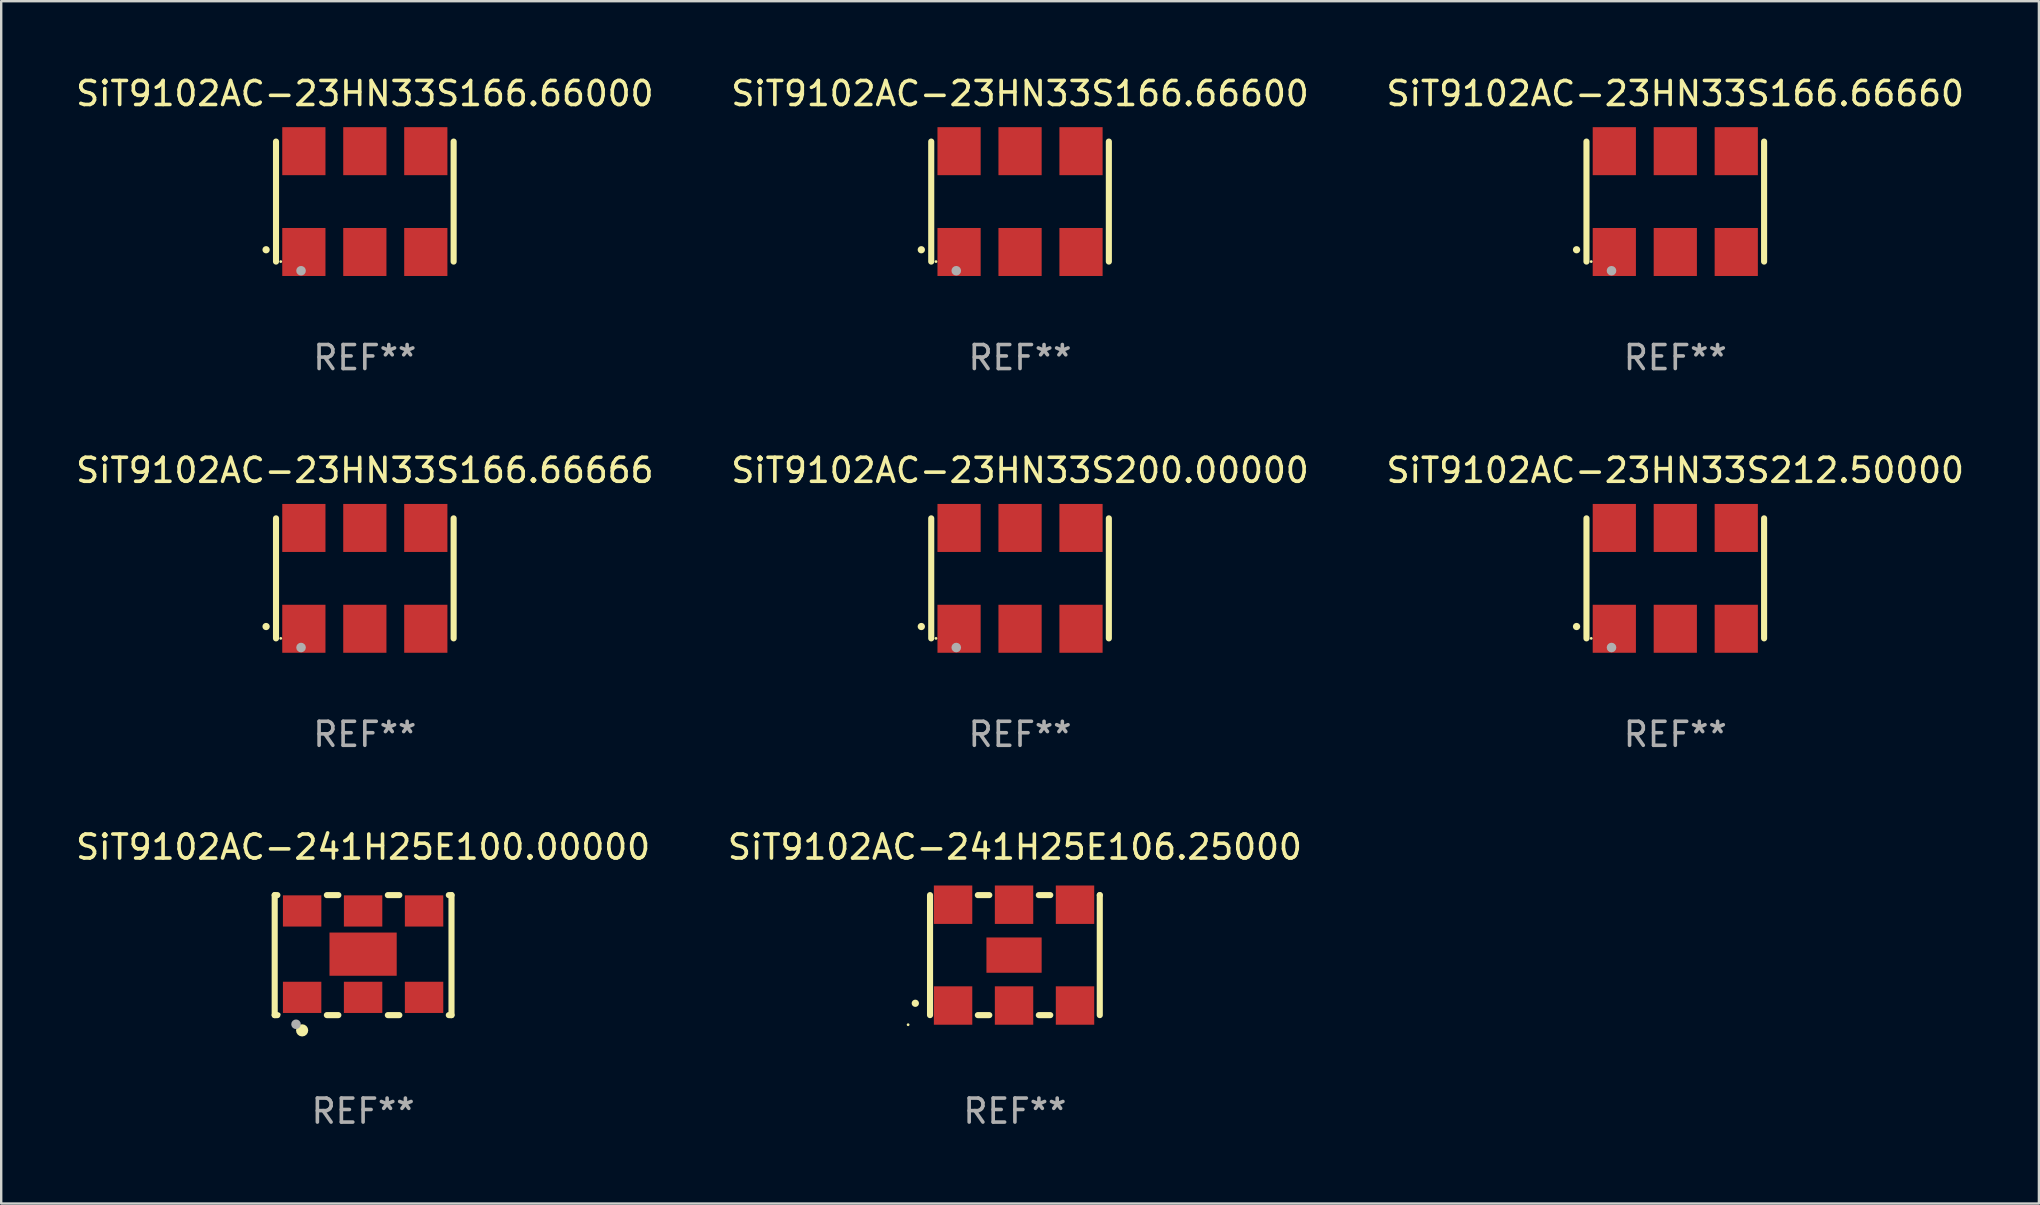
<source format=kicad_pcb>
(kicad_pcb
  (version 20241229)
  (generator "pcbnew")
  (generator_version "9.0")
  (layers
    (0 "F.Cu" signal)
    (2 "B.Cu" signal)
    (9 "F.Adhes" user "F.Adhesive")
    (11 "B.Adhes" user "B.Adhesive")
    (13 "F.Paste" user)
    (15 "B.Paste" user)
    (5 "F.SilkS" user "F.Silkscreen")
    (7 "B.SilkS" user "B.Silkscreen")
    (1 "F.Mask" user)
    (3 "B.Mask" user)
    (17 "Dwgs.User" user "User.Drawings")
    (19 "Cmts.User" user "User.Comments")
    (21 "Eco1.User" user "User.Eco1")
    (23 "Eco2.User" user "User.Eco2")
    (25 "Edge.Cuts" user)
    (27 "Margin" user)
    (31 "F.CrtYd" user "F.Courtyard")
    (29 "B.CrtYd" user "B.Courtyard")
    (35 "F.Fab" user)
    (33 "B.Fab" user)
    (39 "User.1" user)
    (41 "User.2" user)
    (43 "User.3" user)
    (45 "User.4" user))
  (footprint "SiT9102AC-23HN33S166.66666"
    (layer "F.Cu")
    (at 12.149 21.045)
    (property "Reference" "SiT9102AC-23HN33S166.66666" (at 0 -4.5 0) (layer "F.SilkS") (effects (font (size 1 1) (thickness 0.15))))
    (attr through_hole)
    (fp_line (start -3.7 -2.5) (end -3.7 2.5) (stroke (width 0.254) (type solid)) (layer "F.SilkS"))
    (fp_line (start 3.7 -2.5) (end 3.7 2.5) (stroke (width 0.254) (type solid)) (layer "F.SilkS"))
    (fp_arc (start -4.114415 2.006604) (mid -4.113145 2.006599) (end -4.111875 2.006604) (stroke (width 0.3) (type solid)) (layer "F.SilkS"))
    (fp_circle (center -3.502 2.5) (end -3.472 2.5) (stroke (width 0.06) (type solid)) (fill no) (layer "F.SilkS"))
    (fp_circle (center -2.657 2.882) (end -2.557 2.882) (stroke (width 0.2) (type solid)) (fill no) (layer "F.Fab"))
    (fp_text user "REF**" (at 0 6.5 0) (layer "F.Fab") (effects (font (size 1 1) (thickness 0.15))))
    (pad "1" smd rect (at -2.54 2.1) (size 1.8 2) (layers "F.Cu" "F.Mask" "F.Paste"))
    (pad "2" smd rect (at 0.000394 2.1) (size 1.8 2) (layers "F.Cu" "F.Mask" "F.Paste"))
    (pad "3" smd rect (at 2.54 2.1) (size 1.8 2) (layers "F.Cu" "F.Mask" "F.Paste"))
    (pad "4" smd rect (at 2.54 -2.1) (size 1.8 2) (layers "F.Cu" "F.Mask" "F.Paste"))
    (pad "5" smd rect (at 0.000394 -2.1) (size 1.8 2) (layers "F.Cu" "F.Mask" "F.Paste"))
    (pad "6" smd rect (at -2.54 -2.1) (size 1.8 2) (layers "F.Cu" "F.Mask" "F.Paste")))
  (footprint "SiT9102AC-23HN33S200.00000"
    (layer "F.Cu")
    (at 39.446 21.045)
    (property "Reference" "SiT9102AC-23HN33S200.00000" (at 0 -4.5 0) (layer "F.SilkS") (effects (font (size 1 1) (thickness 0.15))))
    (attr through_hole)
    (fp_line (start -3.7 -2.5) (end -3.7 2.5) (stroke (width 0.254) (type solid)) (layer "F.SilkS"))
    (fp_line (start 3.7 -2.5) (end 3.7 2.5) (stroke (width 0.254) (type solid)) (layer "F.SilkS"))
    (fp_arc (start -4.114415 2.006604) (mid -4.113145 2.006599) (end -4.111875 2.006604) (stroke (width 0.3) (type solid)) (layer "F.SilkS"))
    (fp_circle (center -3.502 2.5) (end -3.472 2.5) (stroke (width 0.06) (type solid)) (fill no) (layer "F.SilkS"))
    (fp_circle (center -2.657 2.882) (end -2.557 2.882) (stroke (width 0.2) (type solid)) (fill no) (layer "F.Fab"))
    (fp_text user "REF**" (at 0 6.5 0) (layer "F.Fab") (effects (font (size 1 1) (thickness 0.15))))
    (pad "1" smd rect (at -2.54 2.1) (size 1.8 2) (layers "F.Cu" "F.Mask" "F.Paste"))
    (pad "2" smd rect (at 0.000394 2.1) (size 1.8 2) (layers "F.Cu" "F.Mask" "F.Paste"))
    (pad "3" smd rect (at 2.54 2.1) (size 1.8 2) (layers "F.Cu" "F.Mask" "F.Paste"))
    (pad "4" smd rect (at 2.54 -2.1) (size 1.8 2) (layers "F.Cu" "F.Mask" "F.Paste"))
    (pad "5" smd rect (at 0.000394 -2.1) (size 1.8 2) (layers "F.Cu" "F.Mask" "F.Paste"))
    (pad "6" smd rect (at -2.54 -2.1) (size 1.8 2) (layers "F.Cu" "F.Mask" "F.Paste")))
  (footprint "SiT9102AC-23HN33S212.50000"
    (layer "F.Cu")
    (at 66.744 21.045)
    (property "Reference" "SiT9102AC-23HN33S212.50000" (at 0 -4.5 0) (layer "F.SilkS") (effects (font (size 1 1) (thickness 0.15))))
    (attr through_hole)
    (fp_line (start -3.7 -2.5) (end -3.7 2.5) (stroke (width 0.254) (type solid)) (layer "F.SilkS"))
    (fp_line (start 3.7 -2.5) (end 3.7 2.5) (stroke (width 0.254) (type solid)) (layer "F.SilkS"))
    (fp_arc (start -4.114415 2.006604) (mid -4.113145 2.006599) (end -4.111875 2.006604) (stroke (width 0.3) (type solid)) (layer "F.SilkS"))
    (fp_circle (center -3.502 2.5) (end -3.472 2.5) (stroke (width 0.06) (type solid)) (fill no) (layer "F.SilkS"))
    (fp_circle (center -2.657 2.882) (end -2.557 2.882) (stroke (width 0.2) (type solid)) (fill no) (layer "F.Fab"))
    (fp_text user "REF**" (at 0 6.5 0) (layer "F.Fab") (effects (font (size 1 1) (thickness 0.15))))
    (pad "1" smd rect (at -2.54 2.1) (size 1.8 2) (layers "F.Cu" "F.Mask" "F.Paste"))
    (pad "2" smd rect (at 0.000394 2.1) (size 1.8 2) (layers "F.Cu" "F.Mask" "F.Paste"))
    (pad "3" smd rect (at 2.54 2.1) (size 1.8 2) (layers "F.Cu" "F.Mask" "F.Paste"))
    (pad "4" smd rect (at 2.54 -2.1) (size 1.8 2) (layers "F.Cu" "F.Mask" "F.Paste"))
    (pad "5" smd rect (at 0.000394 -2.1) (size 1.8 2) (layers "F.Cu" "F.Mask" "F.Paste"))
    (pad "6" smd rect (at -2.54 -2.1) (size 1.8 2) (layers "F.Cu" "F.Mask" "F.Paste")))
  (footprint "SiT9102AC-23HN33S166.66660"
    (layer "F.Cu")
    (at 66.744 5.348)
    (property "Reference" "SiT9102AC-23HN33S166.66660" (at 0 -4.5 0) (layer "F.SilkS") (effects (font (size 1 1) (thickness 0.15))))
    (attr through_hole)
    (fp_line (start -3.7 -2.5) (end -3.7 2.5) (stroke (width 0.254) (type solid)) (layer "F.SilkS"))
    (fp_line (start 3.7 -2.5) (end 3.7 2.5) (stroke (width 0.254) (type solid)) (layer "F.SilkS"))
    (fp_arc (start -4.114415 2.006604) (mid -4.113145 2.006599) (end -4.111875 2.006604) (stroke (width 0.3) (type solid)) (layer "F.SilkS"))
    (fp_circle (center -3.502 2.5) (end -3.472 2.5) (stroke (width 0.06) (type solid)) (fill no) (layer "F.SilkS"))
    (fp_circle (center -2.657 2.882) (end -2.557 2.882) (stroke (width 0.2) (type solid)) (fill no) (layer "F.Fab"))
    (fp_text user "REF**" (at 0 6.5 0) (layer "F.Fab") (effects (font (size 1 1) (thickness 0.15))))
    (pad "1" smd rect (at -2.54 2.1) (size 1.8 2) (layers "F.Cu" "F.Mask" "F.Paste"))
    (pad "2" smd rect (at 0.000394 2.1) (size 1.8 2) (layers "F.Cu" "F.Mask" "F.Paste"))
    (pad "3" smd rect (at 2.54 2.1) (size 1.8 2) (layers "F.Cu" "F.Mask" "F.Paste"))
    (pad "4" smd rect (at 2.54 -2.1) (size 1.8 2) (layers "F.Cu" "F.Mask" "F.Paste"))
    (pad "5" smd rect (at 0.000394 -2.1) (size 1.8 2) (layers "F.Cu" "F.Mask" "F.Paste"))
    (pad "6" smd rect (at -2.54 -2.1) (size 1.8 2) (layers "F.Cu" "F.Mask" "F.Paste")))
  (footprint "SiT9102AC-23HN33S166.66600"
    (layer "F.Cu")
    (at 39.446 5.348)
    (property "Reference" "SiT9102AC-23HN33S166.66600" (at 0 -4.5 0) (layer "F.SilkS") (effects (font (size 1 1) (thickness 0.15))))
    (attr through_hole)
    (fp_line (start -3.7 -2.5) (end -3.7 2.5) (stroke (width 0.254) (type solid)) (layer "F.SilkS"))
    (fp_line (start 3.7 -2.5) (end 3.7 2.5) (stroke (width 0.254) (type solid)) (layer "F.SilkS"))
    (fp_arc (start -4.114415 2.006604) (mid -4.113145 2.006599) (end -4.111875 2.006604) (stroke (width 0.3) (type solid)) (layer "F.SilkS"))
    (fp_circle (center -3.502 2.5) (end -3.472 2.5) (stroke (width 0.06) (type solid)) (fill no) (layer "F.SilkS"))
    (fp_circle (center -2.657 2.882) (end -2.557 2.882) (stroke (width 0.2) (type solid)) (fill no) (layer "F.Fab"))
    (fp_text user "REF**" (at 0 6.5 0) (layer "F.Fab") (effects (font (size 1 1) (thickness 0.15))))
    (pad "1" smd rect (at -2.54 2.1) (size 1.8 2) (layers "F.Cu" "F.Mask" "F.Paste"))
    (pad "2" smd rect (at 0.000394 2.1) (size 1.8 2) (layers "F.Cu" "F.Mask" "F.Paste"))
    (pad "3" smd rect (at 2.54 2.1) (size 1.8 2) (layers "F.Cu" "F.Mask" "F.Paste"))
    (pad "4" smd rect (at 2.54 -2.1) (size 1.8 2) (layers "F.Cu" "F.Mask" "F.Paste"))
    (pad "5" smd rect (at 0.000394 -2.1) (size 1.8 2) (layers "F.Cu" "F.Mask" "F.Paste"))
    (pad "6" smd rect (at -2.54 -2.1) (size 1.8 2) (layers "F.Cu" "F.Mask" "F.Paste")))
  (footprint "SiT9102AC-241H25E100.00000"
    (layer "F.Cu")
    (at 12.077 36.741)
    (property "Reference" "SiT9102AC-241H25E100.00000" (at 0 -4.5 0) (layer "F.SilkS") (effects (font (size 1 1) (thickness 0.15))))
    (attr through_hole)
    (fp_line (start -3.683 -2.5) (end -3.571 -2.5) (stroke (width 0.254) (type solid)) (layer "F.SilkS"))
    (fp_line (start -3.683 2.5) (end -3.683 -2.5) (stroke (width 0.254) (type solid)) (layer "F.SilkS"))
    (fp_line (start -3.683 2.5) (end -3.571 2.5) (stroke (width 0.254) (type solid)) (layer "F.SilkS"))
    (fp_line (start -1.509 -2.5) (end -1.031 -2.5) (stroke (width 0.254) (type solid)) (layer "F.SilkS"))
    (fp_line (start -1.509 2.5) (end -1.031 2.5) (stroke (width 0.254) (type solid)) (layer "F.SilkS"))
    (fp_line (start 1.031 -2.5) (end 1.509 -2.5) (stroke (width 0.254) (type solid)) (layer "F.SilkS"))
    (fp_line (start 1.031 2.5) (end 1.509 2.5) (stroke (width 0.254) (type solid)) (layer "F.SilkS"))
    (fp_line (start 3.571 -2.5) (end 3.683 -2.5) (stroke (width 0.254) (type solid)) (layer "F.SilkS"))
    (fp_line (start 3.571 2.5) (end 3.683 2.5) (stroke (width 0.254) (type solid)) (layer "F.SilkS"))
    (fp_line (start 3.683 2.5) (end 3.683 -2.5) (stroke (width 0.254) (type solid)) (layer "F.SilkS"))
    (fp_circle (center -3.5 2.46) (end -3.47 2.46) (stroke (width 0.06) (type solid)) (fill no) (layer "F.SilkS"))
    (fp_circle (center -2.54 3.135) (end -2.413 3.135) (stroke (width 0.254) (type solid)) (fill no) (layer "F.SilkS"))
    (fp_circle (center -2.794 2.881) (end -2.694 2.881) (stroke (width 0.2) (type solid)) (fill no) (layer "F.Fab"))
    (fp_text user "REF**" (at 0 6.5 0) (layer "F.Fab") (effects (font (size 1 1) (thickness 0.15))))
    (pad "1" smd rect (at -2.54 1.76) (size 1.6 1.3) (layers "F.Cu" "F.Mask" "F.Paste"))
    (pad "2" smd rect (at 0 1.76) (size 1.6 1.3) (layers "F.Cu" "F.Mask" "F.Paste"))
    (pad "3" smd rect (at 2.54 1.76) (size 1.6 1.3) (layers "F.Cu" "F.Mask" "F.Paste"))
    (pad "4" smd rect (at 2.54 -1.84) (size 1.6 1.3) (layers "F.Cu" "F.Mask" "F.Paste"))
    (pad "5" smd rect (at 0 -1.84) (size 1.6 1.3) (layers "F.Cu" "F.Mask" "F.Paste"))
    (pad "6" smd rect (at -2.54 -1.84) (size 1.6 1.3) (layers "F.Cu" "F.Mask" "F.Paste"))
    (pad "7" smd rect (at 0 -0.04) (size 2.8 1.8) (layers "F.Cu" "F.Mask" "F.Paste")))
  (footprint "SiT9102AC-241H25E106.25000"
    (layer "F.Cu")
    (at 39.232 36.741)
    (property "Reference" "SiT9102AC-241H25E106.25000" (at 0 -4.5 0) (layer "F.SilkS") (effects (font (size 1 1) (thickness 0.15))))
    (attr through_hole)
    (fp_line (start -3.536 -2.5) (end -3.536 2.5) (stroke (width 0.254) (type solid)) (layer "F.SilkS"))
    (fp_line (start -1.544 2.5) (end -1.067 2.5) (stroke (width 0.254) (type solid)) (layer "F.SilkS"))
    (fp_line (start -1.067 -2.5) (end -1.544 -2.5) (stroke (width 0.254) (type solid)) (layer "F.SilkS"))
    (fp_line (start 0.996 2.5) (end 1.473 2.5) (stroke (width 0.254) (type solid)) (layer "F.SilkS"))
    (fp_line (start 1.473 -2.5) (end 0.996 -2.5) (stroke (width 0.254) (type solid)) (layer "F.SilkS"))
    (fp_line (start 3.536 -2.5) (end 3.536 -2.5) (stroke (width 0.254) (type solid)) (layer "F.SilkS"))
    (fp_line (start 3.536 2.5) (end 3.536 -2.5) (stroke (width 0.254) (type solid)) (layer "F.SilkS"))
    (fp_arc (start -4.150432 2.006604) (mid -4.149162 2.006599) (end -4.147892 2.006604) (stroke (width 0.3) (type solid)) (layer "F.SilkS"))
    (fp_circle (center -4.449 2.9) (end -4.419 2.9) (stroke (width 0.06) (type solid)) (fill no) (layer "F.SilkS"))
    (fp_text user "REF**" (at 0 6.5 0) (layer "F.Fab") (effects (font (size 1 1) (thickness 0.15))))
    (pad "1" smd rect (at -2.576 2.1) (size 1.6 1.6) (layers "F.Cu" "F.Mask" "F.Paste"))
    (pad "2" smd rect (at -0.036 2.1) (size 1.6 1.6) (layers "F.Cu" "F.Mask" "F.Paste"))
    (pad "3" smd rect (at 2.504 2.1) (size 1.6 1.6) (layers "F.Cu" "F.Mask" "F.Paste"))
    (pad "4" smd rect (at 2.504 -2.1) (size 1.6 1.6) (layers "F.Cu" "F.Mask" "F.Paste"))
    (pad "5" smd rect (at -0.036 -2.1) (size 1.6 1.6) (layers "F.Cu" "F.Mask" "F.Paste"))
    (pad "6" smd rect (at -2.576 -2.1) (size 1.6 1.6) (layers "F.Cu" "F.Mask" "F.Paste"))
    (pad "7" smd rect (at -0.036 0) (size 2.3 1.47) (layers "F.Cu" "F.Mask" "F.Paste")))
  (footprint "SiT9102AC-23HN33S166.66000"
    (layer "F.Cu")
    (at 12.149 5.348)
    (property "Reference" "SiT9102AC-23HN33S166.66000" (at 0 -4.5 0) (layer "F.SilkS") (effects (font (size 1 1) (thickness 0.15))))
    (attr through_hole)
    (fp_line (start -3.7 -2.5) (end -3.7 2.5) (stroke (width 0.254) (type solid)) (layer "F.SilkS"))
    (fp_line (start 3.7 -2.5) (end 3.7 2.5) (stroke (width 0.254) (type solid)) (layer "F.SilkS"))
    (fp_arc (start -4.114415 2.006604) (mid -4.113145 2.006599) (end -4.111875 2.006604) (stroke (width 0.3) (type solid)) (layer "F.SilkS"))
    (fp_circle (center -3.502 2.5) (end -3.472 2.5) (stroke (width 0.06) (type solid)) (fill no) (layer "F.SilkS"))
    (fp_circle (center -2.657 2.882) (end -2.557 2.882) (stroke (width 0.2) (type solid)) (fill no) (layer "F.Fab"))
    (fp_text user "REF**" (at 0 6.5 0) (layer "F.Fab") (effects (font (size 1 1) (thickness 0.15))))
    (pad "1" smd rect (at -2.54 2.1) (size 1.8 2) (layers "F.Cu" "F.Mask" "F.Paste"))
    (pad "2" smd rect (at 0.000394 2.1) (size 1.8 2) (layers "F.Cu" "F.Mask" "F.Paste"))
    (pad "3" smd rect (at 2.54 2.1) (size 1.8 2) (layers "F.Cu" "F.Mask" "F.Paste"))
    (pad "4" smd rect (at 2.54 -2.1) (size 1.8 2) (layers "F.Cu" "F.Mask" "F.Paste"))
    (pad "5" smd rect (at 0.000394 -2.1) (size 1.8 2) (layers "F.Cu" "F.Mask" "F.Paste"))
    (pad "6" smd rect (at -2.54 -2.1) (size 1.8 2) (layers "F.Cu" "F.Mask" "F.Paste")))
  (gr_rect
    (start -3 -3)
    (end 81.893 47.09)
    (stroke (width 0.1) (type default))
    (fill no)
    (layer "Edge.Cuts")))
</source>
